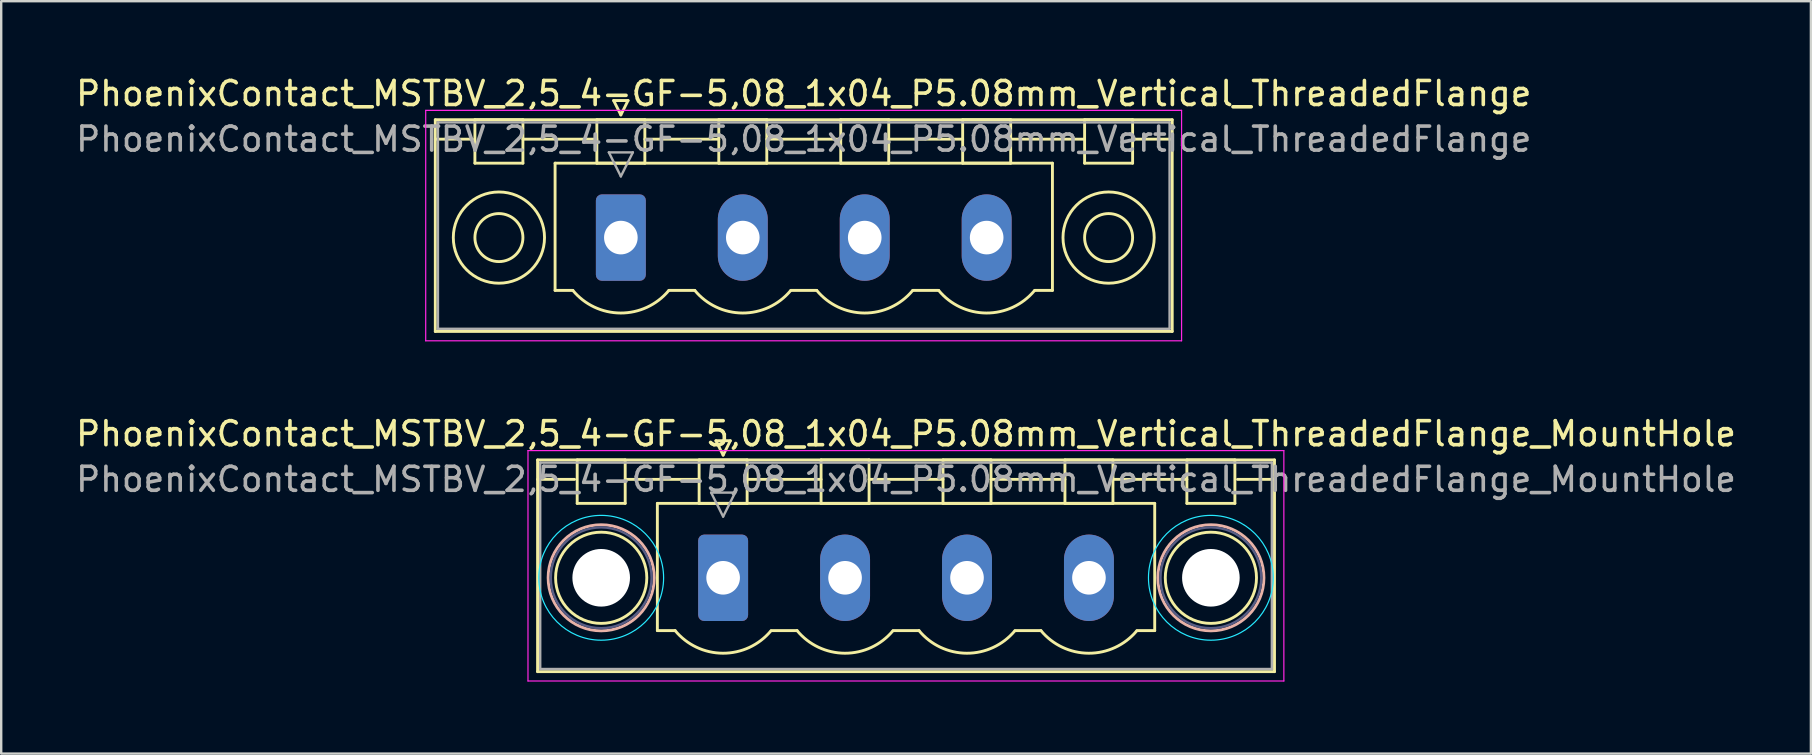
<source format=kicad_pcb>
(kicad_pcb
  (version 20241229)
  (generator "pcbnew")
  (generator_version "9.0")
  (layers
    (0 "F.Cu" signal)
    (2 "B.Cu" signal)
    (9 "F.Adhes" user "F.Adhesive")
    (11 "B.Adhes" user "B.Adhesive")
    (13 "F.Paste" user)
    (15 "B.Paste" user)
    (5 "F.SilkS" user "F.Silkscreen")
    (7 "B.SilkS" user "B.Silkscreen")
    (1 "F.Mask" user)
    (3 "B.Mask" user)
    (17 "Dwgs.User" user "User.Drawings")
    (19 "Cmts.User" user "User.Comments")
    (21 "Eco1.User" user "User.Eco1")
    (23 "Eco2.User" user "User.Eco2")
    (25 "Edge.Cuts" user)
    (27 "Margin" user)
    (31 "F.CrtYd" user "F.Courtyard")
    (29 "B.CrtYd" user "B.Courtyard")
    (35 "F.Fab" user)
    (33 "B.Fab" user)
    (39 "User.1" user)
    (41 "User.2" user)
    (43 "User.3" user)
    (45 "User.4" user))
  (footprint "PhoenixContact_MSTBV_2,5_4-GF-5,08_1x04_P5.08mm_Vertical_ThreadedFlange"
    (layer "F.Cu")
    (at 22.815 6.848)
    (property "Reference" "PhoenixContact_MSTBV_2,5_4-GF-5,08_1x04_P5.08mm_Vertical_ThreadedFlange" (at 7.62 -6 0) (layer "F.SilkS") (effects (font (size 1 1) (thickness 0.15))))
    (attr through_hole)
    (fp_line (start -7.73 -4.91) (end -7.73 3.91) (stroke (width 0.12) (type solid)) (layer "F.SilkS"))
    (fp_line (start -7.73 -4.1) (end -6.19 -4.1) (stroke (width 0.12) (type solid)) (layer "F.SilkS"))
    (fp_line (start -7.73 3.91) (end 22.97 3.91) (stroke (width 0.12) (type solid)) (layer "F.SilkS"))
    (fp_line (start -6.08 -4.91) (end -4.08 -4.91) (stroke (width 0.12) (type solid)) (layer "F.SilkS"))
    (fp_line (start -6.08 -3.1) (end -6.08 -4.91) (stroke (width 0.12) (type solid)) (layer "F.SilkS"))
    (fp_line (start -4.08 -4.91) (end -4.08 -3.1) (stroke (width 0.12) (type solid)) (layer "F.SilkS"))
    (fp_line (start -4.08 -4.1) (end -1 -4.1) (stroke (width 0.12) (type solid)) (layer "F.SilkS"))
    (fp_line (start -4.08 -3.1) (end -6.08 -3.1) (stroke (width 0.12) (type solid)) (layer "F.SilkS"))
    (fp_line (start -2.74 -3.1) (end 17.98 -3.1) (stroke (width 0.12) (type solid)) (layer "F.SilkS"))
    (fp_line (start -2.74 2.2) (end -2.74 -3.1) (stroke (width 0.12) (type solid)) (layer "F.SilkS"))
    (fp_line (start -2 2.2) (end -2.74 2.2) (stroke (width 0.12) (type solid)) (layer "F.SilkS"))
    (fp_line (start -1 -4.91) (end 1 -4.91) (stroke (width 0.12) (type solid)) (layer "F.SilkS"))
    (fp_line (start -1 -3.1) (end -1 -4.91) (stroke (width 0.12) (type solid)) (layer "F.SilkS"))
    (fp_line (start -0.3 -5.71) (end 0.3 -5.71) (stroke (width 0.12) (type solid)) (layer "F.SilkS"))
    (fp_line (start 0 -5.11) (end -0.3 -5.71) (stroke (width 0.12) (type solid)) (layer "F.SilkS"))
    (fp_line (start 0.3 -5.71) (end 0 -5.11) (stroke (width 0.12) (type solid)) (layer "F.SilkS"))
    (fp_line (start 1 -4.91) (end 1 -3.1) (stroke (width 0.12) (type solid)) (layer "F.SilkS"))
    (fp_line (start 1 -4.1) (end 4.08 -4.1) (stroke (width 0.12) (type solid)) (layer "F.SilkS"))
    (fp_line (start 1 -3.1) (end -1 -3.1) (stroke (width 0.12) (type solid)) (layer "F.SilkS"))
    (fp_line (start 2 2.2) (end 3.08 2.2) (stroke (width 0.12) (type solid)) (layer "F.SilkS"))
    (fp_line (start 4.08 -4.91) (end 6.08 -4.91) (stroke (width 0.12) (type solid)) (layer "F.SilkS"))
    (fp_line (start 4.08 -3.1) (end 4.08 -4.91) (stroke (width 0.12) (type solid)) (layer "F.SilkS"))
    (fp_line (start 6.08 -4.91) (end 6.08 -3.1) (stroke (width 0.12) (type solid)) (layer "F.SilkS"))
    (fp_line (start 6.08 -4.1) (end 9.16 -4.1) (stroke (width 0.12) (type solid)) (layer "F.SilkS"))
    (fp_line (start 6.08 -3.1) (end 4.08 -3.1) (stroke (width 0.12) (type solid)) (layer "F.SilkS"))
    (fp_line (start 7.08 2.2) (end 8.16 2.2) (stroke (width 0.12) (type solid)) (layer "F.SilkS"))
    (fp_line (start 9.16 -4.91) (end 11.16 -4.91) (stroke (width 0.12) (type solid)) (layer "F.SilkS"))
    (fp_line (start 9.16 -3.1) (end 9.16 -4.91) (stroke (width 0.12) (type solid)) (layer "F.SilkS"))
    (fp_line (start 11.16 -4.91) (end 11.16 -3.1) (stroke (width 0.12) (type solid)) (layer "F.SilkS"))
    (fp_line (start 11.16 -4.1) (end 14.24 -4.1) (stroke (width 0.12) (type solid)) (layer "F.SilkS"))
    (fp_line (start 11.16 -3.1) (end 9.16 -3.1) (stroke (width 0.12) (type solid)) (layer "F.SilkS"))
    (fp_line (start 12.16 2.2) (end 13.24 2.2) (stroke (width 0.12) (type solid)) (layer "F.SilkS"))
    (fp_line (start 14.24 -4.91) (end 16.24 -4.91) (stroke (width 0.12) (type solid)) (layer "F.SilkS"))
    (fp_line (start 14.24 -3.1) (end 14.24 -4.91) (stroke (width 0.12) (type solid)) (layer "F.SilkS"))
    (fp_line (start 16.24 -4.91) (end 16.24 -3.1) (stroke (width 0.12) (type solid)) (layer "F.SilkS"))
    (fp_line (start 16.24 -4.1) (end 19.32 -4.1) (stroke (width 0.12) (type solid)) (layer "F.SilkS"))
    (fp_line (start 16.24 -3.1) (end 14.24 -3.1) (stroke (width 0.12) (type solid)) (layer "F.SilkS"))
    (fp_line (start 17.98 -3.1) (end 17.98 2.2) (stroke (width 0.12) (type solid)) (layer "F.SilkS"))
    (fp_line (start 17.98 2.2) (end 17.24 2.2) (stroke (width 0.12) (type solid)) (layer "F.SilkS"))
    (fp_line (start 19.32 -4.91) (end 21.32 -4.91) (stroke (width 0.12) (type solid)) (layer "F.SilkS"))
    (fp_line (start 19.32 -3.1) (end 19.32 -4.91) (stroke (width 0.12) (type solid)) (layer "F.SilkS"))
    (fp_line (start 21.32 -4.91) (end 21.32 -3.1) (stroke (width 0.12) (type solid)) (layer "F.SilkS"))
    (fp_line (start 21.32 -3.1) (end 19.32 -3.1) (stroke (width 0.12) (type solid)) (layer "F.SilkS"))
    (fp_line (start 22.97 -4.91) (end -7.73 -4.91) (stroke (width 0.12) (type solid)) (layer "F.SilkS"))
    (fp_line (start 22.97 -4.1) (end 21.43 -4.1) (stroke (width 0.12) (type solid)) (layer "F.SilkS"))
    (fp_line (start 22.97 3.91) (end 22.97 -4.91) (stroke (width 0.12) (type solid)) (layer "F.SilkS"))
    (fp_arc (start 1.986842 2.215821) (mid -0.010289 3.142758) (end -2 2.2) (stroke (width 0.12) (type solid)) (layer "F.SilkS"))
    (fp_arc (start 7.066842 2.215821) (mid 5.069711 3.142758) (end 3.08 2.2) (stroke (width 0.12) (type solid)) (layer "F.SilkS"))
    (fp_arc (start 12.146842 2.215821) (mid 10.149711 3.142758) (end 8.16 2.2) (stroke (width 0.12) (type solid)) (layer "F.SilkS"))
    (fp_arc (start 17.226842 2.215821) (mid 15.229711 3.142758) (end 13.24 2.2) (stroke (width 0.12) (type solid)) (layer "F.SilkS"))
    (fp_circle (center -5.08 0) (end -4.08 0) (stroke (width 0.12) (type solid)) (fill no) (layer "F.SilkS"))
    (fp_circle (center -5.08 0) (end -3.18 0) (stroke (width 0.12) (type solid)) (fill no) (layer "F.SilkS"))
    (fp_circle (center 20.32 0) (end 21.32 0) (stroke (width 0.12) (type solid)) (fill no) (layer "F.SilkS"))
    (fp_circle (center 20.32 0) (end 22.22 0) (stroke (width 0.12) (type solid)) (fill no) (layer "F.SilkS"))
    (fp_line (start -8.13 -5.3) (end -8.13 4.3) (stroke (width 0.05) (type solid)) (layer "F.CrtYd"))
    (fp_line (start -8.13 4.3) (end 23.36 4.3) (stroke (width 0.05) (type solid)) (layer "F.CrtYd"))
    (fp_line (start 23.36 -5.3) (end -8.13 -5.3) (stroke (width 0.05) (type solid)) (layer "F.CrtYd"))
    (fp_line (start 23.36 4.3) (end 23.36 -5.3) (stroke (width 0.05) (type solid)) (layer "F.CrtYd"))
    (fp_line (start -7.62 -4.8) (end -7.62 3.8) (stroke (width 0.1) (type solid)) (layer "F.Fab"))
    (fp_line (start -7.62 3.8) (end 22.86 3.8) (stroke (width 0.1) (type solid)) (layer "F.Fab"))
    (fp_line (start -0.5 -3.55) (end 0.5 -3.55) (stroke (width 0.1) (type solid)) (layer "F.Fab"))
    (fp_line (start 0 -2.55) (end -0.5 -3.55) (stroke (width 0.1) (type solid)) (layer "F.Fab"))
    (fp_line (start 0.5 -3.55) (end 0 -2.55) (stroke (width 0.1) (type solid)) (layer "F.Fab"))
    (fp_line (start 22.86 -4.8) (end -7.62 -4.8) (stroke (width 0.1) (type solid)) (layer "F.Fab"))
    (fp_line (start 22.86 3.8) (end 22.86 -4.8) (stroke (width 0.1) (type solid)) (layer "F.Fab"))
    (fp_text user "${REFERENCE}" (at 7.62 -4.1 0) (layer "F.Fab") (effects (font (size 1 1) (thickness 0.15))))
    (pad "1" thru_hole roundrect (at 0 0) (size 2.08 3.6) (drill 1.4) (layers "*.Cu" "*.Mask") (roundrect_rratio 0.12))
    (pad "2" thru_hole oval (at 5.08 0) (size 2.08 3.6) (drill 1.4) (layers "*.Cu" "*.Mask"))
    (pad "3" thru_hole oval (at 10.16 0) (size 2.08 3.6) (drill 1.4) (layers "*.Cu" "*.Mask"))
    (pad "4" thru_hole oval (at 15.24 0) (size 2.08 3.6) (drill 1.4) (layers "*.Cu" "*.Mask")))
  (footprint "PhoenixContact_MSTBV_2,5_4-GF-5,08_1x04_P5.08mm_Vertical_ThreadedFlange_MountHole"
    (layer "F.Cu")
    (at 27.076 21.021)
    (property "Reference" "PhoenixContact_MSTBV_2,5_4-GF-5,08_1x04_P5.08mm_Vertical_ThreadedFlange_MountHole" (at 7.62 -6 0) (layer "F.SilkS") (effects (font (size 1 1) (thickness 0.15))))
    (attr through_hole)
    (fp_line (start -7.73 -4.91) (end -7.73 3.91) (stroke (width 0.12) (type solid)) (layer "F.SilkS"))
    (fp_line (start -7.73 -4.1) (end -6.19 -4.1) (stroke (width 0.12) (type solid)) (layer "F.SilkS"))
    (fp_line (start -7.73 3.91) (end 22.97 3.91) (stroke (width 0.12) (type solid)) (layer "F.SilkS"))
    (fp_line (start -6.08 -4.91) (end -4.08 -4.91) (stroke (width 0.12) (type solid)) (layer "F.SilkS"))
    (fp_line (start -6.08 -3.1) (end -6.08 -4.91) (stroke (width 0.12) (type solid)) (layer "F.SilkS"))
    (fp_line (start -4.08 -4.91) (end -4.08 -3.1) (stroke (width 0.12) (type solid)) (layer "F.SilkS"))
    (fp_line (start -4.08 -4.1) (end -1 -4.1) (stroke (width 0.12) (type solid)) (layer "F.SilkS"))
    (fp_line (start -4.08 -3.1) (end -6.08 -3.1) (stroke (width 0.12) (type solid)) (layer "F.SilkS"))
    (fp_line (start -2.74 -3.1) (end 17.98 -3.1) (stroke (width 0.12) (type solid)) (layer "F.SilkS"))
    (fp_line (start -2.74 2.2) (end -2.74 -3.1) (stroke (width 0.12) (type solid)) (layer "F.SilkS"))
    (fp_line (start -2 2.2) (end -2.74 2.2) (stroke (width 0.12) (type solid)) (layer "F.SilkS"))
    (fp_line (start -1 -4.91) (end 1 -4.91) (stroke (width 0.12) (type solid)) (layer "F.SilkS"))
    (fp_line (start -1 -3.1) (end -1 -4.91) (stroke (width 0.12) (type solid)) (layer "F.SilkS"))
    (fp_line (start -0.3 -5.71) (end 0.3 -5.71) (stroke (width 0.12) (type solid)) (layer "F.SilkS"))
    (fp_line (start 0 -5.11) (end -0.3 -5.71) (stroke (width 0.12) (type solid)) (layer "F.SilkS"))
    (fp_line (start 0.3 -5.71) (end 0 -5.11) (stroke (width 0.12) (type solid)) (layer "F.SilkS"))
    (fp_line (start 1 -4.91) (end 1 -3.1) (stroke (width 0.12) (type solid)) (layer "F.SilkS"))
    (fp_line (start 1 -4.1) (end 4.08 -4.1) (stroke (width 0.12) (type solid)) (layer "F.SilkS"))
    (fp_line (start 1 -3.1) (end -1 -3.1) (stroke (width 0.12) (type solid)) (layer "F.SilkS"))
    (fp_line (start 2 2.2) (end 3.08 2.2) (stroke (width 0.12) (type solid)) (layer "F.SilkS"))
    (fp_line (start 4.08 -4.91) (end 6.08 -4.91) (stroke (width 0.12) (type solid)) (layer "F.SilkS"))
    (fp_line (start 4.08 -3.1) (end 4.08 -4.91) (stroke (width 0.12) (type solid)) (layer "F.SilkS"))
    (fp_line (start 6.08 -4.91) (end 6.08 -3.1) (stroke (width 0.12) (type solid)) (layer "F.SilkS"))
    (fp_line (start 6.08 -4.1) (end 9.16 -4.1) (stroke (width 0.12) (type solid)) (layer "F.SilkS"))
    (fp_line (start 6.08 -3.1) (end 4.08 -3.1) (stroke (width 0.12) (type solid)) (layer "F.SilkS"))
    (fp_line (start 7.08 2.2) (end 8.16 2.2) (stroke (width 0.12) (type solid)) (layer "F.SilkS"))
    (fp_line (start 9.16 -4.91) (end 11.16 -4.91) (stroke (width 0.12) (type solid)) (layer "F.SilkS"))
    (fp_line (start 9.16 -3.1) (end 9.16 -4.91) (stroke (width 0.12) (type solid)) (layer "F.SilkS"))
    (fp_line (start 11.16 -4.91) (end 11.16 -3.1) (stroke (width 0.12) (type solid)) (layer "F.SilkS"))
    (fp_line (start 11.16 -4.1) (end 14.24 -4.1) (stroke (width 0.12) (type solid)) (layer "F.SilkS"))
    (fp_line (start 11.16 -3.1) (end 9.16 -3.1) (stroke (width 0.12) (type solid)) (layer "F.SilkS"))
    (fp_line (start 12.16 2.2) (end 13.24 2.2) (stroke (width 0.12) (type solid)) (layer "F.SilkS"))
    (fp_line (start 14.24 -4.91) (end 16.24 -4.91) (stroke (width 0.12) (type solid)) (layer "F.SilkS"))
    (fp_line (start 14.24 -3.1) (end 14.24 -4.91) (stroke (width 0.12) (type solid)) (layer "F.SilkS"))
    (fp_line (start 16.24 -4.91) (end 16.24 -3.1) (stroke (width 0.12) (type solid)) (layer "F.SilkS"))
    (fp_line (start 16.24 -4.1) (end 19.32 -4.1) (stroke (width 0.12) (type solid)) (layer "F.SilkS"))
    (fp_line (start 16.24 -3.1) (end 14.24 -3.1) (stroke (width 0.12) (type solid)) (layer "F.SilkS"))
    (fp_line (start 17.98 -3.1) (end 17.98 2.2) (stroke (width 0.12) (type solid)) (layer "F.SilkS"))
    (fp_line (start 17.98 2.2) (end 17.24 2.2) (stroke (width 0.12) (type solid)) (layer "F.SilkS"))
    (fp_line (start 19.32 -4.91) (end 21.32 -4.91) (stroke (width 0.12) (type solid)) (layer "F.SilkS"))
    (fp_line (start 19.32 -3.1) (end 19.32 -4.91) (stroke (width 0.12) (type solid)) (layer "F.SilkS"))
    (fp_line (start 21.32 -4.91) (end 21.32 -3.1) (stroke (width 0.12) (type solid)) (layer "F.SilkS"))
    (fp_line (start 21.32 -3.1) (end 19.32 -3.1) (stroke (width 0.12) (type solid)) (layer "F.SilkS"))
    (fp_line (start 22.97 -4.91) (end -7.73 -4.91) (stroke (width 0.12) (type solid)) (layer "F.SilkS"))
    (fp_line (start 22.97 -4.1) (end 21.43 -4.1) (stroke (width 0.12) (type solid)) (layer "F.SilkS"))
    (fp_line (start 22.97 3.91) (end 22.97 -4.91) (stroke (width 0.12) (type solid)) (layer "F.SilkS"))
    (fp_arc (start 1.986842 2.215821) (mid -0.010289 3.142758) (end -2 2.2) (stroke (width 0.12) (type solid)) (layer "F.SilkS"))
    (fp_arc (start 7.066842 2.215821) (mid 5.069711 3.142758) (end 3.08 2.2) (stroke (width 0.12) (type solid)) (layer "F.SilkS"))
    (fp_arc (start 12.146842 2.215821) (mid 10.149711 3.142758) (end 8.16 2.2) (stroke (width 0.12) (type solid)) (layer "F.SilkS"))
    (fp_arc (start 17.226842 2.215821) (mid 15.229711 3.142758) (end 13.24 2.2) (stroke (width 0.12) (type solid)) (layer "F.SilkS"))
    (fp_circle (center -5.08 0) (end -3.18 0) (stroke (width 0.12) (type solid)) (fill no) (layer "F.SilkS"))
    (fp_circle (center 20.32 0) (end 22.22 0) (stroke (width 0.12) (type solid)) (fill no) (layer "F.SilkS"))
    (fp_circle (center -5.08 0) (end -2.87 0) (stroke (width 0.12) (type solid)) (fill no) (layer "B.SilkS"))
    (fp_circle (center 20.32 0) (end 22.53 0) (stroke (width 0.12) (type solid)) (fill no) (layer "B.SilkS"))
    (fp_circle (center -5.08 0) (end -2.48 0) (stroke (width 0.05) (type solid)) (fill no) (layer "B.CrtYd"))
    (fp_circle (center 20.32 0) (end 22.92 0) (stroke (width 0.05) (type solid)) (fill no) (layer "B.CrtYd"))
    (fp_line (start -8.13 -5.3) (end -8.13 4.3) (stroke (width 0.05) (type solid)) (layer "F.CrtYd"))
    (fp_line (start -8.13 4.3) (end 23.36 4.3) (stroke (width 0.05) (type solid)) (layer "F.CrtYd"))
    (fp_line (start 23.36 -5.3) (end -8.13 -5.3) (stroke (width 0.05) (type solid)) (layer "F.CrtYd"))
    (fp_line (start 23.36 4.3) (end 23.36 -5.3) (stroke (width 0.05) (type solid)) (layer "F.CrtYd"))
    (fp_circle (center -5.08 0) (end -2.98 0) (stroke (width 0.1) (type solid)) (fill no) (layer "B.Fab"))
    (fp_circle (center 20.32 0) (end 22.42 0) (stroke (width 0.1) (type solid)) (fill no) (layer "B.Fab"))
    (fp_line (start -7.62 -4.8) (end -7.62 3.8) (stroke (width 0.1) (type solid)) (layer "F.Fab"))
    (fp_line (start -7.62 3.8) (end 22.86 3.8) (stroke (width 0.1) (type solid)) (layer "F.Fab"))
    (fp_line (start -0.5 -3.55) (end 0.5 -3.55) (stroke (width 0.1) (type solid)) (layer "F.Fab"))
    (fp_line (start 0 -2.55) (end -0.5 -3.55) (stroke (width 0.1) (type solid)) (layer "F.Fab"))
    (fp_line (start 0.5 -3.55) (end 0 -2.55) (stroke (width 0.1) (type solid)) (layer "F.Fab"))
    (fp_line (start 22.86 -4.8) (end -7.62 -4.8) (stroke (width 0.1) (type solid)) (layer "F.Fab"))
    (fp_line (start 22.86 3.8) (end 22.86 -4.8) (stroke (width 0.1) (type solid)) (layer "F.Fab"))
    (fp_text user "${REFERENCE}" (at 7.62 -4.1 0) (layer "F.Fab") (effects (font (size 1 1) (thickness 0.15))))
    (pad "" np_thru_hole circle (at -5.08 0) (size 2.4 2.4) (drill 2.4) (layers "*.Cu" "*.Mask"))
    (pad "" np_thru_hole circle (at 20.32 0) (size 2.4 2.4) (drill 2.4) (layers "*.Cu" "*.Mask"))
    (pad "1" thru_hole roundrect (at 0 0) (size 2.08 3.6) (drill 1.4) (layers "*.Cu" "*.Mask") (roundrect_rratio 0.12))
    (pad "2" thru_hole oval (at 5.08 0) (size 2.08 3.6) (drill 1.4) (layers "*.Cu" "*.Mask"))
    (pad "3" thru_hole oval (at 10.16 0) (size 2.08 3.6) (drill 1.4) (layers "*.Cu" "*.Mask"))
    (pad "4" thru_hole oval (at 15.24 0) (size 2.08 3.6) (drill 1.4) (layers "*.Cu" "*.Mask")))
  (gr_rect
    (start -3 -3)
    (end 72.393 28.346)
    (stroke (width 0.1) (type default))
    (fill no)
    (layer "Edge.Cuts")))
</source>
